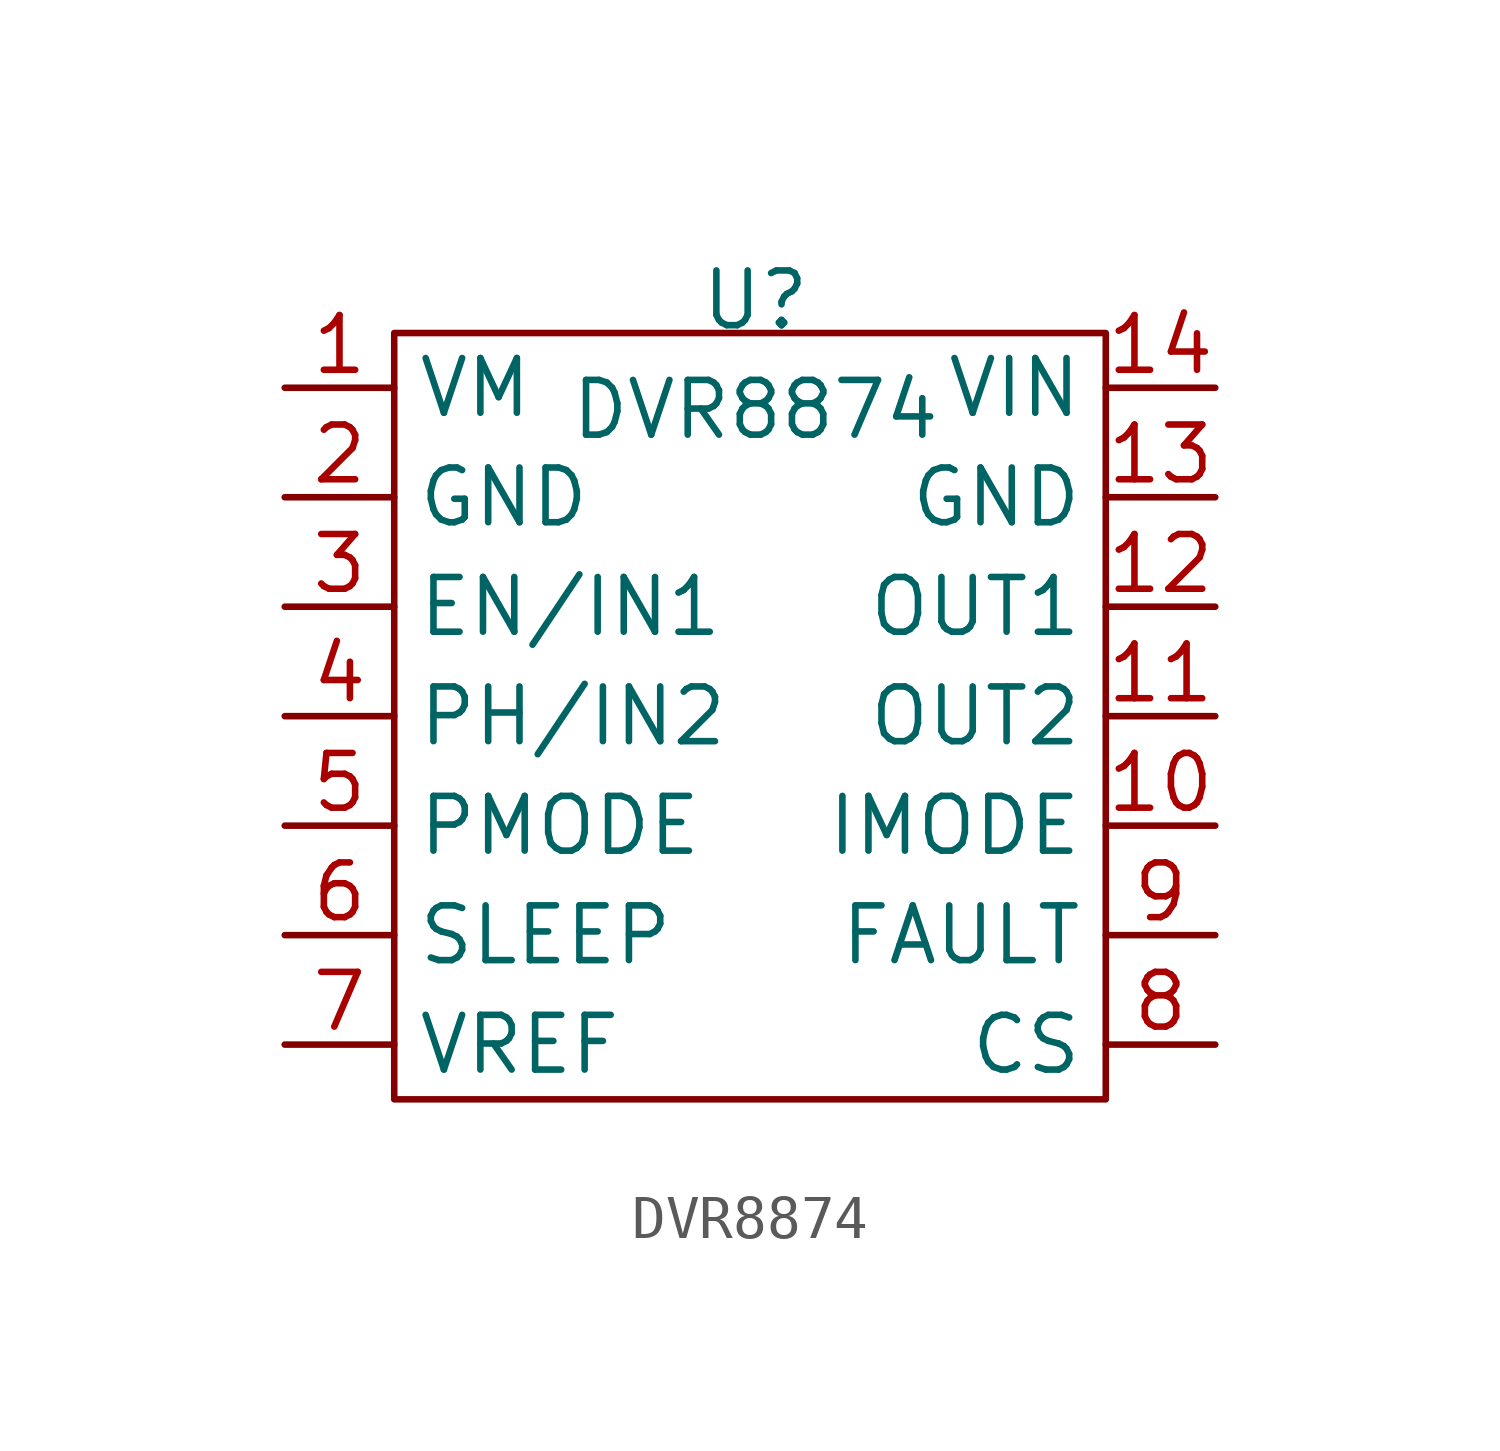
<source format=kicad_sym>
(kicad_symbol_lib
  (version 20241209)
  (generator "kicad_symbol_editor")
  (generator_version "9.0")
  (symbol "DVR8874"
    (property "Reference" "U"
      (at -0.508 0.762 0)
      (effects (font (size 1.27 1.27))))
    (property "Value" "DVR8874"
      (at -0.508 -1.778 0)
      (effects (font (size 1.27 1.27))))
    (symbol "DVR8874_0_1"
      (rectangle (start 7.62 0) (end -8.89 -17.78) (stroke (width 0) (type default)) (fill (type none))))
    (symbol "DVR8874_1_1"
      (pin power_in line (at -11.43 -1.27 0) (length 2.54) (name "VM" (effects (font (size 1.27 1.27)))) (number "1" (effects (font (size 1.27 1.27)))))
      (pin power_in line (at -11.43 -3.81 0) (length 2.54) (name "GND" (effects (font (size 1.27 1.27)))) (number "2" (effects (font (size 1.27 1.27)))))
      (pin input line (at -11.43 -6.35 0) (length 2.54) (name "EN/IN1" (effects (font (size 1.27 1.27)))) (number "3" (effects (font (size 1.27 1.27)))))
      (pin input line (at -11.43 -8.89 0) (length 2.54) (name "PH/IN2" (effects (font (size 1.27 1.27)))) (number "4" (effects (font (size 1.27 1.27)))))
      (pin input line (at -11.43 -11.43 0) (length 2.54) (name "PMODE" (effects (font (size 1.27 1.27)))) (number "5" (effects (font (size 1.27 1.27)))))
      (pin input line (at -11.43 -13.97 0) (length 2.54) (name "SLEEP" (effects (font (size 1.27 1.27)))) (number "6" (effects (font (size 1.27 1.27)))))
      (pin power_in line (at -11.43 -16.51 0) (length 2.54) (name "VREF" (effects (font (size 1.27 1.27)))) (number "7" (effects (font (size 1.27 1.27)))))
      (pin power_in line (at 10.16 -1.27 180) (length 2.54) (name "VIN" (effects (font (size 1.27 1.27)))) (number "14" (effects (font (size 1.27 1.27)))))
      (pin power_in line (at 10.16 -3.81 180) (length 2.54) (name "GND" (effects (font (size 1.27 1.27)))) (number "13" (effects (font (size 1.27 1.27)))))
      (pin output line (at 10.16 -6.35 180) (length 2.54) (name "OUT1" (effects (font (size 1.27 1.27)))) (number "12" (effects (font (size 1.27 1.27)))))
      (pin output line (at 10.16 -8.89 180) (length 2.54) (name "OUT2" (effects (font (size 1.27 1.27)))) (number "11" (effects (font (size 1.27 1.27)))))
      (pin input line (at 10.16 -11.43 180) (length 2.54) (name "IMODE" (effects (font (size 1.27 1.27)))) (number "10" (effects (font (size 1.27 1.27)))))
      (pin output line (at 10.16 -13.97 180) (length 2.54) (name "FAULT" (effects (font (size 1.27 1.27)))) (number "9" (effects (font (size 1.27 1.27)))))
      (pin output line (at 10.16 -16.51 180) (length 2.54) (name "CS" (effects (font (size 1.27 1.27)))) (number "8" (effects (font (size 1.27 1.27))))))))
</source>
